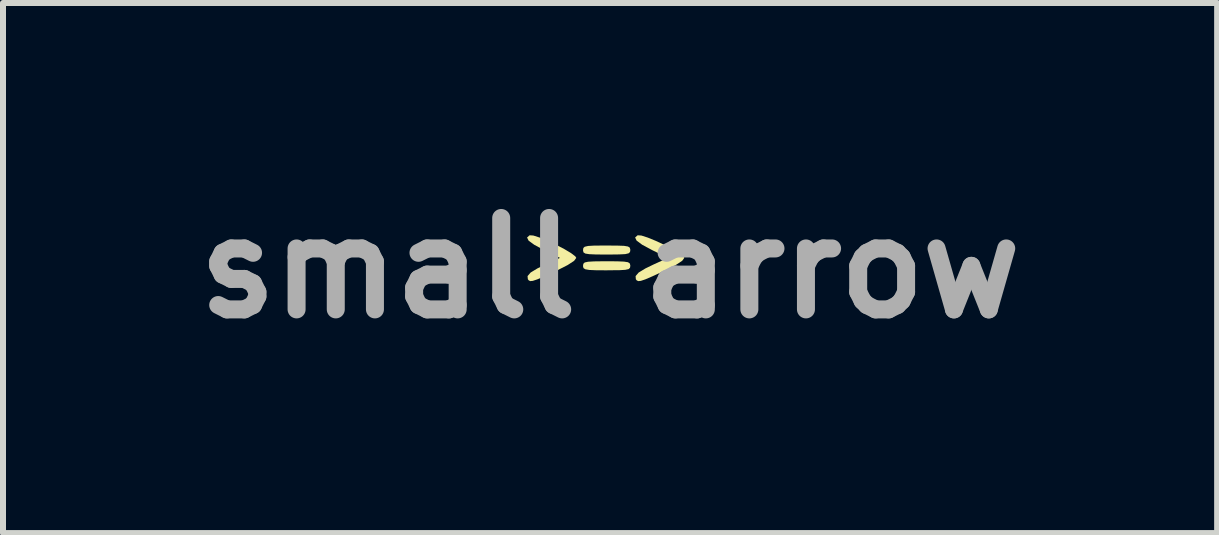
<source format=kicad_pcb>
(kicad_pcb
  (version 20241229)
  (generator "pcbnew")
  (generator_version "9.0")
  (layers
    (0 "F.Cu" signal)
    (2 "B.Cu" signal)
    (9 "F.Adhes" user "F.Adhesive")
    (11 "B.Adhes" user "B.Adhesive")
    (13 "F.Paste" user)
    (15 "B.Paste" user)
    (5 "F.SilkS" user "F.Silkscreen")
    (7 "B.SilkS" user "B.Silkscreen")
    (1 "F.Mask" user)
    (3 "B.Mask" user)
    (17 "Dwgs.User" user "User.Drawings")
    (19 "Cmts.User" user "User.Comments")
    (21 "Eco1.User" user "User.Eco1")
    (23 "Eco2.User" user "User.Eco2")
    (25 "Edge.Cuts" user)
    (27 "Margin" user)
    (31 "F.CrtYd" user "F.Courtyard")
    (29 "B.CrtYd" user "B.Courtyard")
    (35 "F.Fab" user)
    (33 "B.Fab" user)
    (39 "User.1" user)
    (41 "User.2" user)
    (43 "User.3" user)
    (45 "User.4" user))
  (footprint "small arrow"
    (layer "F.Cu")
    (at 7.119 1.418)
    (property "Reference" "small arrow" (at 0 0 0) (layer "F.Fab") (effects (font (size 1.524 1.524) (thickness 0.3))))
    (attr board_only exclude_from_pos_files exclude_from_bom)
    (fp_poly (pts (xy 0.119 -0.374) (xy 0.233 -0.37) (xy 0.299 -0.359) (xy 0.329 -0.34) (xy 0.337 -0.31) (xy 0.338 -0.3) (xy 0.333 -0.267) (xy 0.309 -0.245) (xy 0.253 -0.232) (xy 0.153 -0.227) (xy -0.007 -0.225) (xy -0.056 -0.225) (xy -0.232 -0.226) (xy -0.346 -0.231) (xy -0.411 -0.241) (xy -0.442 -0.26) (xy -0.45 -0.291) (xy -0.45 -0.3) (xy -0.445 -0.334) (xy -0.422 -0.355) (xy -0.366 -0.368) (xy -0.265 -0.374) (xy -0.106 -0.375) (xy -0.056 -0.375)) (stroke (width 0) (type solid)) (fill yes) (layer "F.SilkS"))
    (fp_poly (pts (xy 0.119 -0.112) (xy 0.233 -0.107) (xy 0.299 -0.097) (xy 0.329 -0.077) (xy 0.337 -0.047) (xy 0.338 -0.038) (xy 0.333 -0.004) (xy 0.309 0.018) (xy 0.253 0.03) (xy 0.153 0.036) (xy -0.007 0.037) (xy -0.056 0.038) (xy -0.232 0.037) (xy -0.346 0.032) (xy -0.411 0.021) (xy -0.442 0.002) (xy -0.45 -0.028) (xy -0.45 -0.038) (xy -0.445 -0.071) (xy -0.422 -0.093) (xy -0.366 -0.105) (xy -0.265 -0.111) (xy -0.106 -0.113) (xy -0.056 -0.113)) (stroke (width 0) (type solid)) (fill yes) (layer "F.SilkS"))
    (fp_poly (pts (xy -1.279 -0.542) (xy -1.173 -0.508) (xy -1.041 -0.454) (xy -0.898 -0.387) (xy -0.762 -0.316) (xy -0.65 -0.249) (xy -0.579 -0.195) (xy -0.563 -0.169) (xy -0.599 -0.12) (xy -0.706 -0.05) (xy -0.883 0.04) (xy -0.922 0.058) (xy -1.095 0.138) (xy -1.213 0.189) (xy -1.288 0.214) (xy -1.332 0.218) (xy -1.357 0.204) (xy -1.37 0.186) (xy -1.375 0.134) (xy -1.324 0.075) (xy -1.21 0.006) (xy -1.074 -0.06) (xy -0.835 -0.169) (xy -1.101 -0.3) (xy -1.264 -0.388) (xy -1.358 -0.457) (xy -1.383 -0.509) (xy -1.342 -0.545) (xy -1.339 -0.546)) (stroke (width 0) (type solid)) (fill yes) (layer "F.SilkS"))
    (fp_poly (pts (xy 0.522 -0.542) (xy 0.628 -0.508) (xy 0.76 -0.454) (xy 0.903 -0.387) (xy 1.039 -0.316) (xy 1.151 -0.249) (xy 1.222 -0.195) (xy 1.238 -0.169) (xy 1.202 -0.12) (xy 1.095 -0.05) (xy 0.918 0.04) (xy 0.879 0.058) (xy 0.706 0.138) (xy 0.588 0.189) (xy 0.513 0.214) (xy 0.469 0.218) (xy 0.443 0.204) (xy 0.43 0.186) (xy 0.426 0.134) (xy 0.477 0.075) (xy 0.591 0.006) (xy 0.727 -0.06) (xy 0.966 -0.169) (xy 0.7 -0.3) (xy 0.536 -0.388) (xy 0.443 -0.457) (xy 0.418 -0.509) (xy 0.459 -0.545) (xy 0.461 -0.546)) (stroke (width 0) (type solid)) (fill yes) (layer "F.SilkS")))
  (gr_rect
    (start -3 -3)
    (end 17.239 5.836)
    (stroke (width 0.1) (type default))
    (fill no)
    (layer "Edge.Cuts")))
</source>
